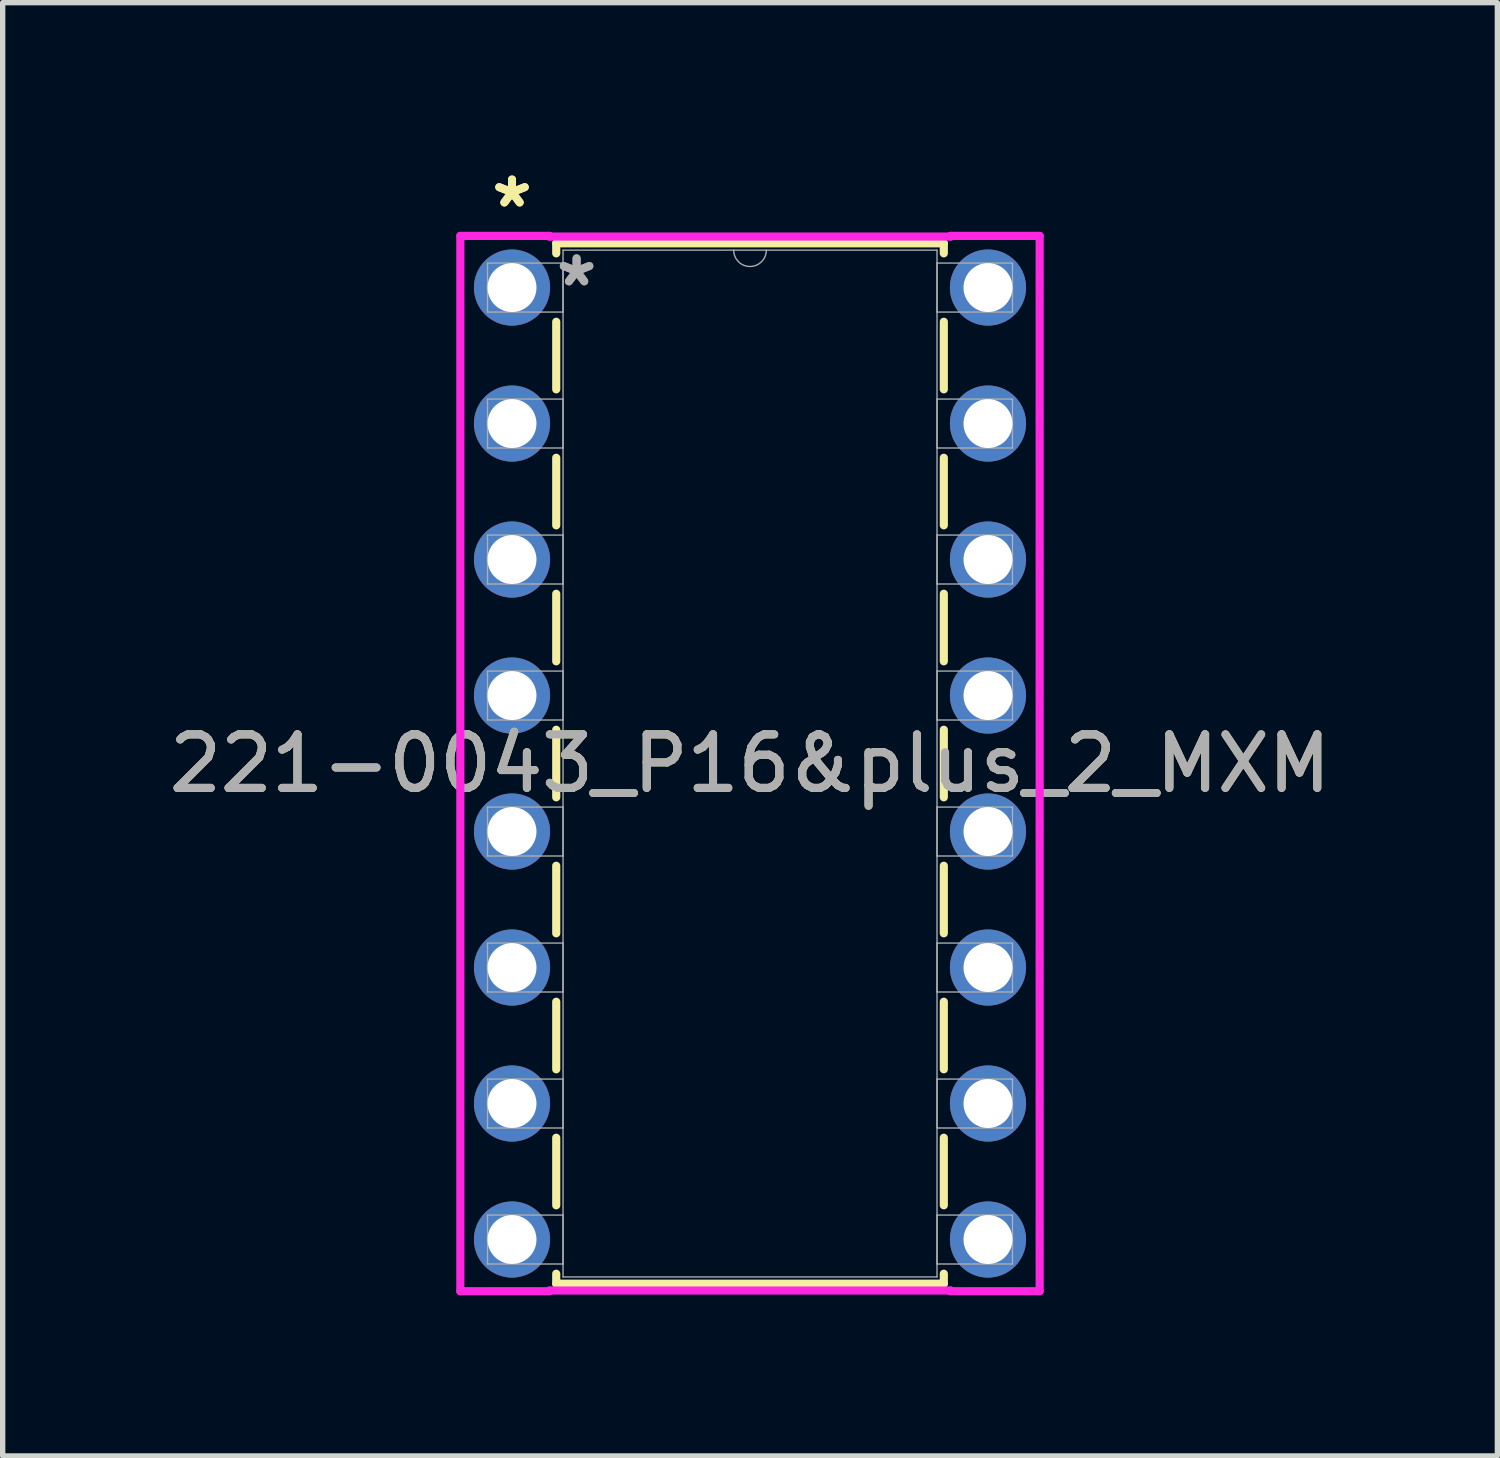
<source format=kicad_pcb>
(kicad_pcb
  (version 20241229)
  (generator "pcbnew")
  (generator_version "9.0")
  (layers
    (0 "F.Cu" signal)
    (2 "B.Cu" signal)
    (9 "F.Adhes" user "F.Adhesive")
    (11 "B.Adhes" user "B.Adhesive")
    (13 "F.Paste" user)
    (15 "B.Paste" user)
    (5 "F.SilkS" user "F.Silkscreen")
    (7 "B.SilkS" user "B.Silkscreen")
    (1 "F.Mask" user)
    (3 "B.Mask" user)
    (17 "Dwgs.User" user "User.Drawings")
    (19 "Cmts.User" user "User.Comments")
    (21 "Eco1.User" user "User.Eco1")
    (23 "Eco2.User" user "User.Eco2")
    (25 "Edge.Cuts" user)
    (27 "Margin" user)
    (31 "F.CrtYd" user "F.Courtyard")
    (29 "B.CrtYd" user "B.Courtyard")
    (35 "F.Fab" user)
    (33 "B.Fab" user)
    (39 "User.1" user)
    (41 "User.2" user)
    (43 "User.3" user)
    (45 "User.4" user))
  (footprint "221-0043_P16&plus_2_MXM"
    (layer "F.Cu")
    (at 6.513 2.321)
    (property "Reference" "221-0043_P16&plus_2_MXM" (at 4.445 8.89 0) (unlocked yes) (layer "F.SilkS") (effects (font (size 1 1) (thickness 0.15))))
    (attr through_hole)
    (fp_line (start 0.826 -0.826) (end 0.826 -0.639) (stroke (width 0.152) (type solid)) (layer "F.SilkS"))
    (fp_line (start 0.826 0.639) (end 0.826 1.901) (stroke (width 0.152) (type solid)) (layer "F.SilkS"))
    (fp_line (start 0.826 3.179) (end 0.826 4.441) (stroke (width 0.152) (type solid)) (layer "F.SilkS"))
    (fp_line (start 0.826 5.719) (end 0.826 6.981) (stroke (width 0.152) (type solid)) (layer "F.SilkS"))
    (fp_line (start 0.826 8.259) (end 0.826 9.521) (stroke (width 0.152) (type solid)) (layer "F.SilkS"))
    (fp_line (start 0.826 10.799) (end 0.826 12.061) (stroke (width 0.152) (type solid)) (layer "F.SilkS"))
    (fp_line (start 0.826 13.339) (end 0.826 14.601) (stroke (width 0.152) (type solid)) (layer "F.SilkS"))
    (fp_line (start 0.826 15.879) (end 0.826 17.141) (stroke (width 0.152) (type solid)) (layer "F.SilkS"))
    (fp_line (start 0.826 18.419) (end 0.826 18.605) (stroke (width 0.152) (type solid)) (layer "F.SilkS"))
    (fp_line (start 0.826 18.605) (end 8.065 18.605) (stroke (width 0.152) (type solid)) (layer "F.SilkS"))
    (fp_line (start 8.065 -0.826) (end 0.826 -0.826) (stroke (width 0.152) (type solid)) (layer "F.SilkS"))
    (fp_line (start 8.065 -0.639) (end 8.065 -0.826) (stroke (width 0.152) (type solid)) (layer "F.SilkS"))
    (fp_line (start 8.065 1.901) (end 8.065 0.639) (stroke (width 0.152) (type solid)) (layer "F.SilkS"))
    (fp_line (start 8.065 4.441) (end 8.065 3.179) (stroke (width 0.152) (type solid)) (layer "F.SilkS"))
    (fp_line (start 8.065 6.981) (end 8.065 5.719) (stroke (width 0.152) (type solid)) (layer "F.SilkS"))
    (fp_line (start 8.065 9.521) (end 8.065 8.259) (stroke (width 0.152) (type solid)) (layer "F.SilkS"))
    (fp_line (start 8.065 12.061) (end 8.065 10.799) (stroke (width 0.152) (type solid)) (layer "F.SilkS"))
    (fp_line (start 8.065 14.601) (end 8.065 13.339) (stroke (width 0.152) (type solid)) (layer "F.SilkS"))
    (fp_line (start 8.065 17.141) (end 8.065 15.879) (stroke (width 0.152) (type solid)) (layer "F.SilkS"))
    (fp_line (start 8.065 18.605) (end 8.065 18.419) (stroke (width 0.152) (type solid)) (layer "F.SilkS"))
    (fp_line (start -0.965 -0.965) (end 0.699 -0.965) (stroke (width 0.152) (type solid)) (layer "F.CrtYd"))
    (fp_line (start -0.965 18.745) (end -0.965 -0.965) (stroke (width 0.152) (type solid)) (layer "F.CrtYd"))
    (fp_line (start 0.699 -0.965) (end 0.699 -0.953) (stroke (width 0.152) (type solid)) (layer "F.CrtYd"))
    (fp_line (start 0.699 -0.953) (end 8.191 -0.953) (stroke (width 0.152) (type solid)) (layer "F.CrtYd"))
    (fp_line (start 0.699 18.733) (end 0.699 18.745) (stroke (width 0.152) (type solid)) (layer "F.CrtYd"))
    (fp_line (start 0.699 18.745) (end -0.965 18.745) (stroke (width 0.152) (type solid)) (layer "F.CrtYd"))
    (fp_line (start 8.191 -0.953) (end 8.191 -0.965) (stroke (width 0.152) (type solid)) (layer "F.CrtYd"))
    (fp_line (start 8.191 18.733) (end 0.699 18.733) (stroke (width 0.152) (type solid)) (layer "F.CrtYd"))
    (fp_line (start 8.191 18.745) (end 8.191 18.733) (stroke (width 0.152) (type solid)) (layer "F.CrtYd"))
    (fp_line (start 9.855 -0.965) (end 8.191 -0.965) (stroke (width 0.152) (type solid)) (layer "F.CrtYd"))
    (fp_line (start 9.855 -0.965) (end 9.855 18.745) (stroke (width 0.152) (type solid)) (layer "F.CrtYd"))
    (fp_line (start 9.855 18.745) (end 8.191 18.745) (stroke (width 0.152) (type solid)) (layer "F.CrtYd"))
    (fp_line (start -0.457 -0.457) (end -0.457 0.457) (stroke (width 0.025) (type solid)) (layer "F.Fab"))
    (fp_line (start -0.457 0.457) (end 0.953 0.457) (stroke (width 0.025) (type solid)) (layer "F.Fab"))
    (fp_line (start -0.457 2.083) (end -0.457 2.997) (stroke (width 0.025) (type solid)) (layer "F.Fab"))
    (fp_line (start -0.457 2.997) (end 0.953 2.997) (stroke (width 0.025) (type solid)) (layer "F.Fab"))
    (fp_line (start -0.457 4.623) (end -0.457 5.537) (stroke (width 0.025) (type solid)) (layer "F.Fab"))
    (fp_line (start -0.457 5.537) (end 0.953 5.537) (stroke (width 0.025) (type solid)) (layer "F.Fab"))
    (fp_line (start -0.457 7.163) (end -0.457 8.077) (stroke (width 0.025) (type solid)) (layer "F.Fab"))
    (fp_line (start -0.457 8.077) (end 0.953 8.077) (stroke (width 0.025) (type solid)) (layer "F.Fab"))
    (fp_line (start -0.457 9.703) (end -0.457 10.617) (stroke (width 0.025) (type solid)) (layer "F.Fab"))
    (fp_line (start -0.457 10.617) (end 0.953 10.617) (stroke (width 0.025) (type solid)) (layer "F.Fab"))
    (fp_line (start -0.457 12.243) (end -0.457 13.157) (stroke (width 0.025) (type solid)) (layer "F.Fab"))
    (fp_line (start -0.457 13.157) (end 0.953 13.157) (stroke (width 0.025) (type solid)) (layer "F.Fab"))
    (fp_line (start -0.457 14.783) (end -0.457 15.697) (stroke (width 0.025) (type solid)) (layer "F.Fab"))
    (fp_line (start -0.457 15.697) (end 0.953 15.697) (stroke (width 0.025) (type solid)) (layer "F.Fab"))
    (fp_line (start -0.457 17.323) (end -0.457 18.237) (stroke (width 0.025) (type solid)) (layer "F.Fab"))
    (fp_line (start -0.457 18.237) (end 0.953 18.237) (stroke (width 0.025) (type solid)) (layer "F.Fab"))
    (fp_line (start 0.953 -0.699) (end 0.953 18.479) (stroke (width 0.025) (type solid)) (layer "F.Fab"))
    (fp_line (start 0.953 -0.457) (end -0.457 -0.457) (stroke (width 0.025) (type solid)) (layer "F.Fab"))
    (fp_line (start 0.953 0.457) (end 0.953 -0.457) (stroke (width 0.025) (type solid)) (layer "F.Fab"))
    (fp_line (start 0.953 2.083) (end -0.457 2.083) (stroke (width 0.025) (type solid)) (layer "F.Fab"))
    (fp_line (start 0.953 2.997) (end 0.953 2.083) (stroke (width 0.025) (type solid)) (layer "F.Fab"))
    (fp_line (start 0.953 4.623) (end -0.457 4.623) (stroke (width 0.025) (type solid)) (layer "F.Fab"))
    (fp_line (start 0.953 5.537) (end 0.953 4.623) (stroke (width 0.025) (type solid)) (layer "F.Fab"))
    (fp_line (start 0.953 7.163) (end -0.457 7.163) (stroke (width 0.025) (type solid)) (layer "F.Fab"))
    (fp_line (start 0.953 8.077) (end 0.953 7.163) (stroke (width 0.025) (type solid)) (layer "F.Fab"))
    (fp_line (start 0.953 9.703) (end -0.457 9.703) (stroke (width 0.025) (type solid)) (layer "F.Fab"))
    (fp_line (start 0.953 10.617) (end 0.953 9.703) (stroke (width 0.025) (type solid)) (layer "F.Fab"))
    (fp_line (start 0.953 12.243) (end -0.457 12.243) (stroke (width 0.025) (type solid)) (layer "F.Fab"))
    (fp_line (start 0.953 13.157) (end 0.953 12.243) (stroke (width 0.025) (type solid)) (layer "F.Fab"))
    (fp_line (start 0.953 14.783) (end -0.457 14.783) (stroke (width 0.025) (type solid)) (layer "F.Fab"))
    (fp_line (start 0.953 15.697) (end 0.953 14.783) (stroke (width 0.025) (type solid)) (layer "F.Fab"))
    (fp_line (start 0.953 17.323) (end -0.457 17.323) (stroke (width 0.025) (type solid)) (layer "F.Fab"))
    (fp_line (start 0.953 18.237) (end 0.953 17.323) (stroke (width 0.025) (type solid)) (layer "F.Fab"))
    (fp_line (start 0.953 18.479) (end 7.938 18.479) (stroke (width 0.025) (type solid)) (layer "F.Fab"))
    (fp_line (start 7.938 -0.699) (end 0.953 -0.699) (stroke (width 0.025) (type solid)) (layer "F.Fab"))
    (fp_line (start 7.938 -0.457) (end 7.938 0.457) (stroke (width 0.025) (type solid)) (layer "F.Fab"))
    (fp_line (start 7.938 0.457) (end 9.347 0.457) (stroke (width 0.025) (type solid)) (layer "F.Fab"))
    (fp_line (start 7.938 2.083) (end 7.938 2.997) (stroke (width 0.025) (type solid)) (layer "F.Fab"))
    (fp_line (start 7.938 2.997) (end 9.347 2.997) (stroke (width 0.025) (type solid)) (layer "F.Fab"))
    (fp_line (start 7.938 4.623) (end 7.938 5.537) (stroke (width 0.025) (type solid)) (layer "F.Fab"))
    (fp_line (start 7.938 5.537) (end 9.347 5.537) (stroke (width 0.025) (type solid)) (layer "F.Fab"))
    (fp_line (start 7.938 7.163) (end 7.938 8.077) (stroke (width 0.025) (type solid)) (layer "F.Fab"))
    (fp_line (start 7.938 8.077) (end 9.347 8.077) (stroke (width 0.025) (type solid)) (layer "F.Fab"))
    (fp_line (start 7.938 9.703) (end 7.938 10.617) (stroke (width 0.025) (type solid)) (layer "F.Fab"))
    (fp_line (start 7.938 10.617) (end 9.347 10.617) (stroke (width 0.025) (type solid)) (layer "F.Fab"))
    (fp_line (start 7.938 12.243) (end 7.938 13.157) (stroke (width 0.025) (type solid)) (layer "F.Fab"))
    (fp_line (start 7.938 13.157) (end 9.347 13.157) (stroke (width 0.025) (type solid)) (layer "F.Fab"))
    (fp_line (start 7.938 14.783) (end 7.938 15.697) (stroke (width 0.025) (type solid)) (layer "F.Fab"))
    (fp_line (start 7.938 15.697) (end 9.347 15.697) (stroke (width 0.025) (type solid)) (layer "F.Fab"))
    (fp_line (start 7.938 17.323) (end 7.938 18.237) (stroke (width 0.025) (type solid)) (layer "F.Fab"))
    (fp_line (start 7.938 18.237) (end 9.347 18.237) (stroke (width 0.025) (type solid)) (layer "F.Fab"))
    (fp_line (start 7.938 18.479) (end 7.938 -0.699) (stroke (width 0.025) (type solid)) (layer "F.Fab"))
    (fp_line (start 9.347 -0.457) (end 7.938 -0.457) (stroke (width 0.025) (type solid)) (layer "F.Fab"))
    (fp_line (start 9.347 0.457) (end 9.347 -0.457) (stroke (width 0.025) (type solid)) (layer "F.Fab"))
    (fp_line (start 9.347 2.083) (end 7.938 2.083) (stroke (width 0.025) (type solid)) (layer "F.Fab"))
    (fp_line (start 9.347 2.997) (end 9.347 2.083) (stroke (width 0.025) (type solid)) (layer "F.Fab"))
    (fp_line (start 9.347 4.623) (end 7.938 4.623) (stroke (width 0.025) (type solid)) (layer "F.Fab"))
    (fp_line (start 9.347 5.537) (end 9.347 4.623) (stroke (width 0.025) (type solid)) (layer "F.Fab"))
    (fp_line (start 9.347 7.163) (end 7.938 7.163) (stroke (width 0.025) (type solid)) (layer "F.Fab"))
    (fp_line (start 9.347 8.077) (end 9.347 7.163) (stroke (width 0.025) (type solid)) (layer "F.Fab"))
    (fp_line (start 9.347 9.703) (end 7.938 9.703) (stroke (width 0.025) (type solid)) (layer "F.Fab"))
    (fp_line (start 9.347 10.617) (end 9.347 9.703) (stroke (width 0.025) (type solid)) (layer "F.Fab"))
    (fp_line (start 9.347 12.243) (end 7.938 12.243) (stroke (width 0.025) (type solid)) (layer "F.Fab"))
    (fp_line (start 9.347 13.157) (end 9.347 12.243) (stroke (width 0.025) (type solid)) (layer "F.Fab"))
    (fp_line (start 9.347 14.783) (end 7.938 14.783) (stroke (width 0.025) (type solid)) (layer "F.Fab"))
    (fp_line (start 9.347 15.697) (end 9.347 14.783) (stroke (width 0.025) (type solid)) (layer "F.Fab"))
    (fp_line (start 9.347 17.323) (end 7.938 17.323) (stroke (width 0.025) (type solid)) (layer "F.Fab"))
    (fp_line (start 9.347 18.237) (end 9.347 17.323) (stroke (width 0.025) (type solid)) (layer "F.Fab"))
    (fp_arc (start 4.7498 -0.6985) (mid 4.445 -0.3937) (end 4.1402 -0.6985) (stroke (width 0.0254) (type solid)) (layer "F.Fab"))
    (fp_text user "*" (at 0 -1.473 0) (layer "F.SilkS") (effects (font (size 1 1) (thickness 0.15))))
    (fp_text user "*" (at 0 -1.473 0) (unlocked yes) (layer "F.SilkS") (effects (font (size 1 1) (thickness 0.15))))
    (fp_text user "*" (at 1.206 0 0) (layer "F.Fab") (effects (font (size 1 1) (thickness 0.15))))
    (fp_text user "*" (at 1.206 0 0) (unlocked yes) (layer "F.Fab") (effects (font (size 1 1) (thickness 0.15))))
    (fp_text user "${REFERENCE}" (at 4.445 8.89 0) (unlocked yes) (layer "F.Fab") (effects (font (size 1 1) (thickness 0.15))))
    (pad "1" thru_hole circle (at 0 0) (size 1.422 1.422) (drill 0.914) (layers "*.Cu" "*.Mask"))
    (pad "2" thru_hole circle (at 0 2.54) (size 1.422 1.422) (drill 0.914) (layers "*.Cu" "*.Mask"))
    (pad "3" thru_hole circle (at 0 5.08) (size 1.422 1.422) (drill 0.914) (layers "*.Cu" "*.Mask"))
    (pad "4" thru_hole circle (at 0 7.62) (size 1.422 1.422) (drill 0.914) (layers "*.Cu" "*.Mask"))
    (pad "5" thru_hole circle (at 0 10.16) (size 1.422 1.422) (drill 0.914) (layers "*.Cu" "*.Mask"))
    (pad "6" thru_hole circle (at 0 12.7) (size 1.422 1.422) (drill 0.914) (layers "*.Cu" "*.Mask"))
    (pad "7" thru_hole circle (at 0 15.24) (size 1.422 1.422) (drill 0.914) (layers "*.Cu" "*.Mask"))
    (pad "8" thru_hole circle (at 0 17.78) (size 1.422 1.422) (drill 0.914) (layers "*.Cu" "*.Mask"))
    (pad "9" thru_hole circle (at 8.89 17.78) (size 1.422 1.422) (drill 0.914) (layers "*.Cu" "*.Mask"))
    (pad "10" thru_hole circle (at 8.89 15.24) (size 1.422 1.422) (drill 0.914) (layers "*.Cu" "*.Mask"))
    (pad "11" thru_hole circle (at 8.89 12.7) (size 1.422 1.422) (drill 0.914) (layers "*.Cu" "*.Mask"))
    (pad "12" thru_hole circle (at 8.89 10.16) (size 1.422 1.422) (drill 0.914) (layers "*.Cu" "*.Mask"))
    (pad "13" thru_hole circle (at 8.89 7.62) (size 1.422 1.422) (drill 0.914) (layers "*.Cu" "*.Mask"))
    (pad "14" thru_hole circle (at 8.89 5.08) (size 1.422 1.422) (drill 0.914) (layers "*.Cu" "*.Mask"))
    (pad "15" thru_hole circle (at 8.89 2.54) (size 1.422 1.422) (drill 0.914) (layers "*.Cu" "*.Mask"))
    (pad "16" thru_hole circle (at 8.89 0) (size 1.422 1.422) (drill 0.914) (layers "*.Cu" "*.Mask")))
  (gr_rect
    (start -3 -3)
    (end 24.917 24.143)
    (stroke (width 0.1) (type default))
    (fill no)
    (layer "Edge.Cuts")))
</source>
